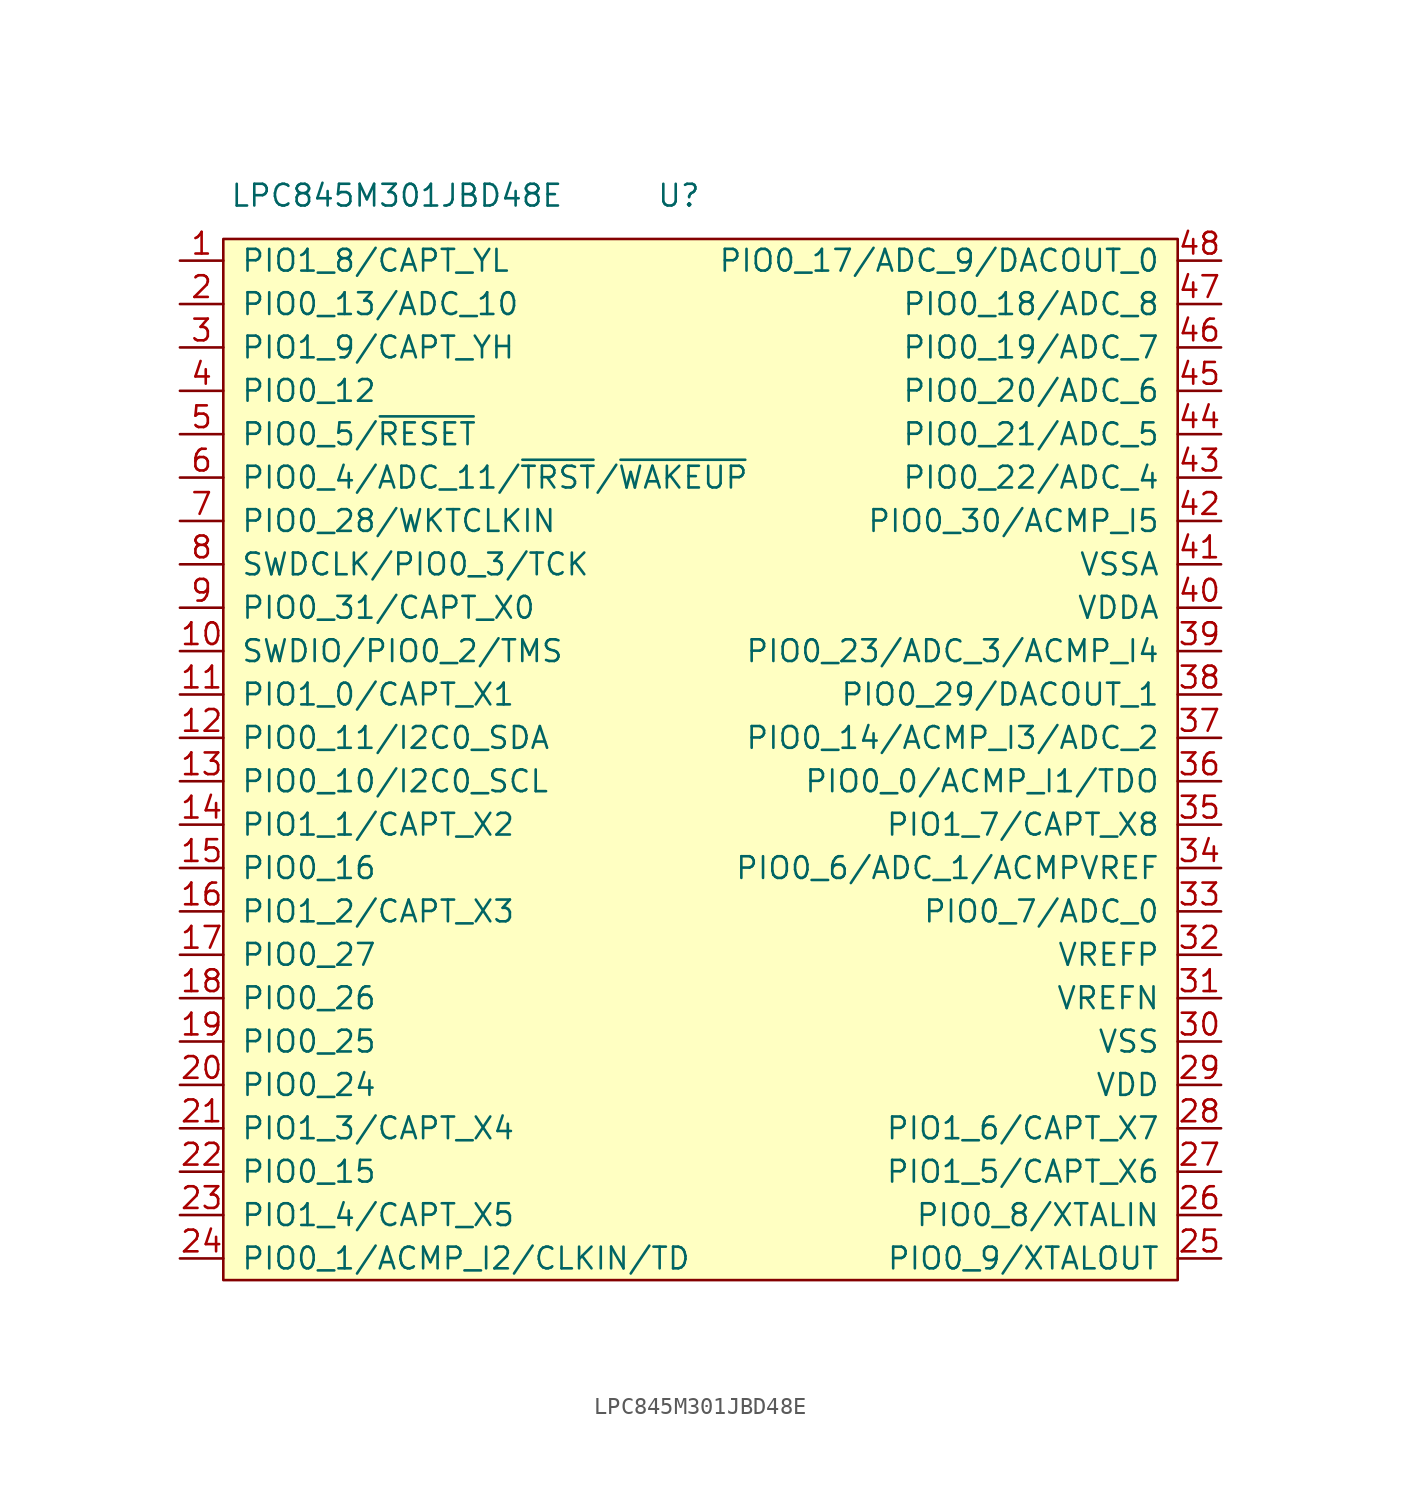
<source format=kicad_sym>
(kicad_symbol_lib
  (version 20211014)
  (generator kicad_symbol_editor)
  (symbol "LPC845M301JBD48E"
    (pin_names
      (offset 1.016))
    (property "Reference" "U"
      (at -7.62 29.21 0)
      (effects (font (size 1.27 1.27))))
    (property "Value" "LPC845M301JBD48E"
      (at -24.13 29.21 0)
      (effects (font (size 1.27 1.27))))
    (symbol "LPC845M301JBD48E_0_0"
      (pin bidirectional line (at -36.83 25.4 0) (length 2.54) (name "PIO1_8/CAPT_YL" (effects (font (size 1.27 1.27)))) (number "1" (effects (font (size 1.27 1.27)))))
      (pin bidirectional line (at -36.83 2.54 0) (length 2.54) (name "SWDIO/PIO0_2/TMS" (effects (font (size 1.27 1.27)))) (number "10" (effects (font (size 1.27 1.27)))))
      (pin bidirectional line (at -36.83 0 0) (length 2.54) (name "PIO1_0/CAPT_X1" (effects (font (size 1.27 1.27)))) (number "11" (effects (font (size 1.27 1.27)))))
      (pin bidirectional line (at -36.83 -2.54 0) (length 2.54) (name "PIO0_11/I2C0_SDA" (effects (font (size 1.27 1.27)))) (number "12" (effects (font (size 1.27 1.27)))))
      (pin bidirectional line (at -36.83 -5.08 0) (length 2.54) (name "PIO0_10/I2C0_SCL" (effects (font (size 1.27 1.27)))) (number "13" (effects (font (size 1.27 1.27)))))
      (pin bidirectional line (at -36.83 -7.62 0) (length 2.54) (name "PIO1_1/CAPT_X2" (effects (font (size 1.27 1.27)))) (number "14" (effects (font (size 1.27 1.27)))))
      (pin bidirectional line (at -36.83 -10.16 0) (length 2.54) (name "PIO0_16" (effects (font (size 1.27 1.27)))) (number "15" (effects (font (size 1.27 1.27)))))
      (pin bidirectional line (at -36.83 -12.7 0) (length 2.54) (name "PIO1_2/CAPT_X3" (effects (font (size 1.27 1.27)))) (number "16" (effects (font (size 1.27 1.27)))))
      (pin bidirectional line (at -36.83 -15.24 0) (length 2.54) (name "PIO0_27" (effects (font (size 1.27 1.27)))) (number "17" (effects (font (size 1.27 1.27)))))
      (pin bidirectional line (at -36.83 -17.78 0) (length 2.54) (name "PIO0_26" (effects (font (size 1.27 1.27)))) (number "18" (effects (font (size 1.27 1.27)))))
      (pin bidirectional line (at -36.83 -20.32 0) (length 2.54) (name "PIO0_25" (effects (font (size 1.27 1.27)))) (number "19" (effects (font (size 1.27 1.27)))))
      (pin bidirectional line (at -36.83 22.86 0) (length 2.54) (name "PIO0_13/ADC_10" (effects (font (size 1.27 1.27)))) (number "2" (effects (font (size 1.27 1.27)))))
      (pin bidirectional line (at -36.83 -22.86 0) (length 2.54) (name "PIO0_24" (effects (font (size 1.27 1.27)))) (number "20" (effects (font (size 1.27 1.27)))))
      (pin bidirectional line (at -36.83 -25.4 0) (length 2.54) (name "PIO1_3/CAPT_X4" (effects (font (size 1.27 1.27)))) (number "21" (effects (font (size 1.27 1.27)))))
      (pin bidirectional line (at -36.83 -27.94 0) (length 2.54) (name "PIO0_15" (effects (font (size 1.27 1.27)))) (number "22" (effects (font (size 1.27 1.27)))))
      (pin bidirectional line (at -36.83 -30.48 0) (length 2.54) (name "PIO1_4/CAPT_X5" (effects (font (size 1.27 1.27)))) (number "23" (effects (font (size 1.27 1.27)))))
      (pin bidirectional line (at -36.83 -33.02 0) (length 2.54) (name "PIO0_1/ACMP_I2/CLKIN/TD" (effects (font (size 1.27 1.27)))) (number "24" (effects (font (size 1.27 1.27)))))
      (pin bidirectional line (at 24.13 -33.02 180) (length 2.54) (name "PIO0_9/XTALOUT" (effects (font (size 1.27 1.27)))) (number "25" (effects (font (size 1.27 1.27)))))
      (pin bidirectional line (at 24.13 -30.48 180) (length 2.54) (name "PIO0_8/XTALIN" (effects (font (size 1.27 1.27)))) (number "26" (effects (font (size 1.27 1.27)))))
      (pin bidirectional line (at 24.13 -27.94 180) (length 2.54) (name "PIO1_5/CAPT_X6" (effects (font (size 1.27 1.27)))) (number "27" (effects (font (size 1.27 1.27)))))
      (pin bidirectional line (at 24.13 -25.4 180) (length 2.54) (name "PIO1_6/CAPT_X7" (effects (font (size 1.27 1.27)))) (number "28" (effects (font (size 1.27 1.27)))))
      (pin power_in line (at 24.13 -22.86 180) (length 2.54) (name "VDD" (effects (font (size 1.27 1.27)))) (number "29" (effects (font (size 1.27 1.27)))))
      (pin bidirectional line (at -36.83 20.32 0) (length 2.54) (name "PIO1_9/CAPT_YH" (effects (font (size 1.27 1.27)))) (number "3" (effects (font (size 1.27 1.27)))))
      (pin power_in line (at 24.13 -20.32 180) (length 2.54) (name "VSS" (effects (font (size 1.27 1.27)))) (number "30" (effects (font (size 1.27 1.27)))))
      (pin power_in line (at 24.13 -17.78 180) (length 2.54) (name "VREFN" (effects (font (size 1.27 1.27)))) (number "31" (effects (font (size 1.27 1.27)))))
      (pin power_in line (at 24.13 -15.24 180) (length 2.54) (name "VREFP" (effects (font (size 1.27 1.27)))) (number "32" (effects (font (size 1.27 1.27)))))
      (pin bidirectional line (at 24.13 -12.7 180) (length 2.54) (name "PIO0_7/ADC_0" (effects (font (size 1.27 1.27)))) (number "33" (effects (font (size 1.27 1.27)))))
      (pin bidirectional line (at 24.13 -10.16 180) (length 2.54) (name "PIO0_6/ADC_1/ACMPVREF" (effects (font (size 1.27 1.27)))) (number "34" (effects (font (size 1.27 1.27)))))
      (pin bidirectional line (at 24.13 -7.62 180) (length 2.54) (name "PIO1_7/CAPT_X8" (effects (font (size 1.27 1.27)))) (number "35" (effects (font (size 1.27 1.27)))))
      (pin bidirectional line (at 24.13 -5.08 180) (length 2.54) (name "PIO0_0/ACMP_I1/TDO" (effects (font (size 1.27 1.27)))) (number "36" (effects (font (size 1.27 1.27)))))
      (pin bidirectional line (at 24.13 -2.54 180) (length 2.54) (name "PIO0_14/ACMP_I3/ADC_2" (effects (font (size 1.27 1.27)))) (number "37" (effects (font (size 1.27 1.27)))))
      (pin bidirectional line (at 24.13 0 180) (length 2.54) (name "PIO0_29/DACOUT_1" (effects (font (size 1.27 1.27)))) (number "38" (effects (font (size 1.27 1.27)))))
      (pin bidirectional line (at 24.13 2.54 180) (length 2.54) (name "PIO0_23/ADC_3/ACMP_I4" (effects (font (size 1.27 1.27)))) (number "39" (effects (font (size 1.27 1.27)))))
      (pin bidirectional line (at -36.83 17.78 0) (length 2.54) (name "PIO0_12" (effects (font (size 1.27 1.27)))) (number "4" (effects (font (size 1.27 1.27)))))
      (pin power_in line (at 24.13 5.08 180) (length 2.54) (name "VDDA" (effects (font (size 1.27 1.27)))) (number "40" (effects (font (size 1.27 1.27)))))
      (pin power_in line (at 24.13 7.62 180) (length 2.54) (name "VSSA" (effects (font (size 1.27 1.27)))) (number "41" (effects (font (size 1.27 1.27)))))
      (pin bidirectional line (at 24.13 10.16 180) (length 2.54) (name "PIO0_30/ACMP_I5" (effects (font (size 1.27 1.27)))) (number "42" (effects (font (size 1.27 1.27)))))
      (pin bidirectional line (at 24.13 12.7 180) (length 2.54) (name "PIO0_22/ADC_4" (effects (font (size 1.27 1.27)))) (number "43" (effects (font (size 1.27 1.27)))))
      (pin bidirectional line (at 24.13 15.24 180) (length 2.54) (name "PIO0_21/ADC_5" (effects (font (size 1.27 1.27)))) (number "44" (effects (font (size 1.27 1.27)))))
      (pin bidirectional line (at 24.13 17.78 180) (length 2.54) (name "PIO0_20/ADC_6" (effects (font (size 1.27 1.27)))) (number "45" (effects (font (size 1.27 1.27)))))
      (pin bidirectional line (at 24.13 20.32 180) (length 2.54) (name "PIO0_19/ADC_7" (effects (font (size 1.27 1.27)))) (number "46" (effects (font (size 1.27 1.27)))))
      (pin bidirectional line (at 24.13 22.86 180) (length 2.54) (name "PIO0_18/ADC_8" (effects (font (size 1.27 1.27)))) (number "47" (effects (font (size 1.27 1.27)))))
      (pin bidirectional line (at 24.13 25.4 180) (length 2.54) (name "PIO0_17/ADC_9/DACOUT_0" (effects (font (size 1.27 1.27)))) (number "48" (effects (font (size 1.27 1.27)))))
      (pin bidirectional line (at -36.83 15.24 0) (length 2.54) (name "PIO0_5/~{RESET}" (effects (font (size 1.27 1.27)))) (number "5" (effects (font (size 1.27 1.27)))))
      (pin bidirectional line (at -36.83 12.7 0) (length 2.54) (name "PIO0_4/ADC_11/~{TRST}/~{WAKEUP}" (effects (font (size 1.27 1.27)))) (number "6" (effects (font (size 1.27 1.27)))))
      (pin bidirectional line (at -36.83 10.16 0) (length 2.54) (name "PIO0_28/WKTCLKIN" (effects (font (size 1.27 1.27)))) (number "7" (effects (font (size 1.27 1.27)))))
      (pin bidirectional line (at -36.83 7.62 0) (length 2.54) (name "SWDCLK/PIO0_3/TCK" (effects (font (size 1.27 1.27)))) (number "8" (effects (font (size 1.27 1.27)))))
      (pin bidirectional line (at -36.83 5.08 0) (length 2.54) (name "PIO0_31/CAPT_X0" (effects (font (size 1.27 1.27)))) (number "9" (effects (font (size 1.27 1.27))))))
    (symbol "LPC845M301JBD48E_0_1"
      (rectangle (start -34.29 26.67) (end 21.59 -34.29) (stroke (width 0) (type default) (color 0 0 0 0)) (fill (type background))))))
</source>
